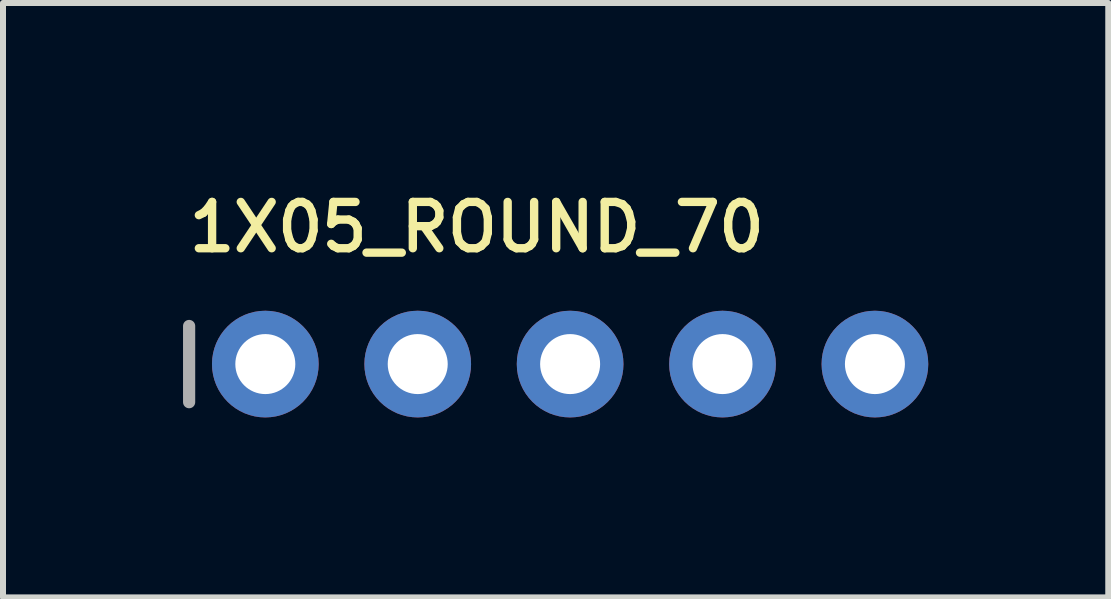
<source format=kicad_pcb>
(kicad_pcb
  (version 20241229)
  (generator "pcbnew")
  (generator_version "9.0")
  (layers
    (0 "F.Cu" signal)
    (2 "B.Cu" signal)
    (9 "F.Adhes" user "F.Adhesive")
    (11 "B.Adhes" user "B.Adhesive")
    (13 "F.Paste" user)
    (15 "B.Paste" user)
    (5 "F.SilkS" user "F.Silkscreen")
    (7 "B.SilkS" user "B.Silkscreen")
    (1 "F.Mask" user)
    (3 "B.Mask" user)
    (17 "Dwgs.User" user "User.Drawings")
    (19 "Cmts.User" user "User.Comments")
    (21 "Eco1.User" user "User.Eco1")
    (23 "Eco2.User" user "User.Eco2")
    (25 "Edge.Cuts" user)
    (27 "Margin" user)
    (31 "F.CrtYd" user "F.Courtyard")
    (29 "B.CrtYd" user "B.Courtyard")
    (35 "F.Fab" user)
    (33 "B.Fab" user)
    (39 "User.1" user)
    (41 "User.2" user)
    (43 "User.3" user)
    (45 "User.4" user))
  (footprint "1X05_ROUND_70"
    (layer "F.Cu")
    (at 6.452 3.018)
    (property "Reference" "1X05_ROUND_70" (at -6.426 -1.829 0) (layer "F.SilkS") (effects (font (size 0.772 0.772) (thickness 0.139)) (justify left bottom)))
    (attr through_hole)
    (fp_line (start -6.35 -0.635) (end -6.35 0.635) (stroke (width 0.203) (type solid)) (layer "F.Fab"))
    (fp_poly (pts (xy -5.334 0.254) (xy -4.826 0.254) (xy -4.826 -0.254) (xy -5.334 -0.254)) (stroke (width 0.1) (type solid)) (fill no) (layer "F.Fab"))
    (fp_poly (pts (xy -2.794 0.254) (xy -2.286 0.254) (xy -2.286 -0.254) (xy -2.794 -0.254)) (stroke (width 0.1) (type solid)) (fill no) (layer "F.Fab"))
    (fp_poly (pts (xy -0.254 0.254) (xy 0.254 0.254) (xy 0.254 -0.254) (xy -0.254 -0.254)) (stroke (width 0.1) (type solid)) (fill no) (layer "F.Fab"))
    (fp_poly (pts (xy 2.286 0.254) (xy 2.794 0.254) (xy 2.794 -0.254) (xy 2.286 -0.254)) (stroke (width 0.1) (type solid)) (fill no) (layer "F.Fab"))
    (fp_poly (pts (xy 4.826 0.254) (xy 5.334 0.254) (xy 5.334 -0.254) (xy 4.826 -0.254)) (stroke (width 0.1) (type solid)) (fill no) (layer "F.Fab"))
    (pad "1" thru_hole circle (at -5.08 0 90) (size 1.778 1.778) (drill 1) (layers "*.Cu" "*.Mask"))
    (pad "2" thru_hole circle (at -2.54 0 90) (size 1.778 1.778) (drill 1) (layers "*.Cu" "*.Mask"))
    (pad "3" thru_hole circle (at 0 0 90) (size 1.778 1.778) (drill 1) (layers "*.Cu" "*.Mask"))
    (pad "4" thru_hole circle (at 2.54 0 90) (size 1.778 1.778) (drill 1) (layers "*.Cu" "*.Mask"))
    (pad "5" thru_hole circle (at 5.08 0 90) (size 1.778 1.778) (drill 1) (layers "*.Cu" "*.Mask")))
  (gr_rect
    (start -3 -3)
    (end 15.421 6.907)
    (stroke (width 0.1) (type default))
    (fill no)
    (layer "Edge.Cuts")))
</source>
